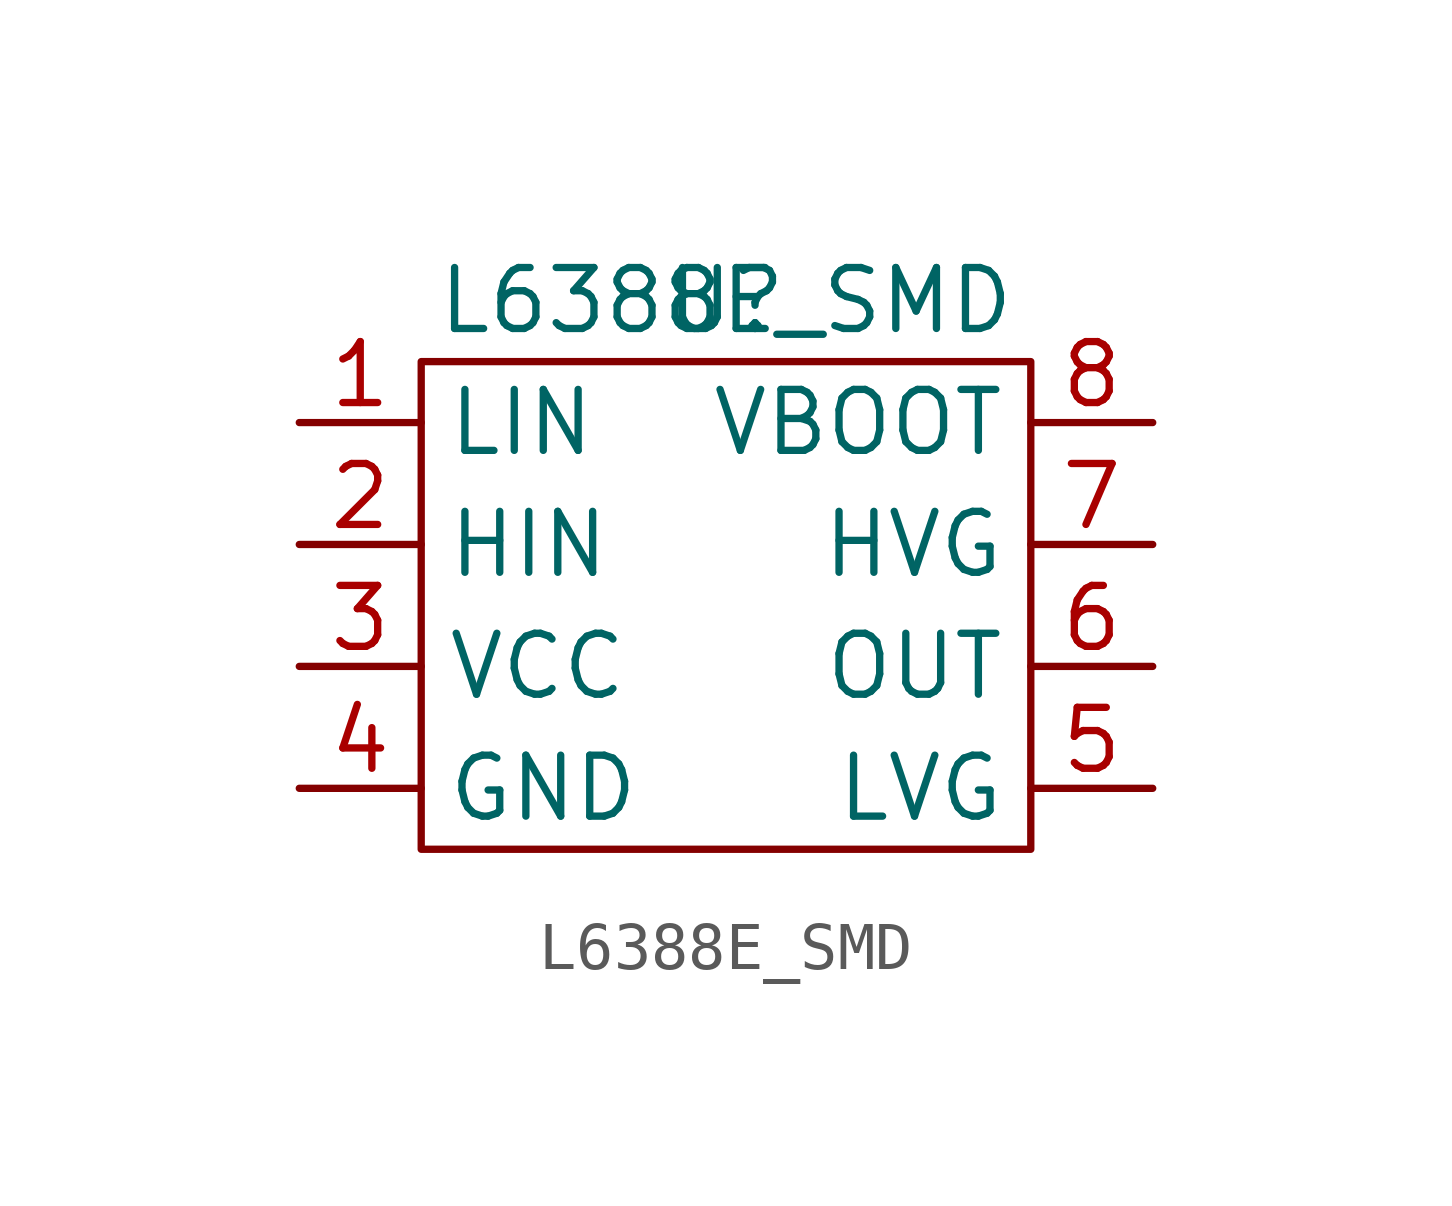
<source format=kicad_sym>
(kicad_symbol_lib
  (version 20241209)
  (generator "kicad_symbol_editor")
  (generator_version "9.0")
  (symbol "L6388E_SMD"
    (property "Reference" "U"
      (at 0 0 0)
      (effects (font (size 1.27 1.27))))
    (property "Value" "L6388E_SMD"
      (at 0 0 0)
      (effects (font (size 1.27 1.27))))
    (symbol "L6388E_SMD_0_1"
      (rectangle (start -6.35 -1.27) (end 6.35 -11.43) (stroke (width 0) (type default)) (fill (type none))))
    (symbol "L6388E_SMD_1_1"
      (pin input line (at -8.89 -2.54 0) (length 2.54) (name "LIN" (effects (font (size 1.27 1.27)))) (number "1" (effects (font (size 1.27 1.27)))))
      (pin input line (at -8.89 -5.08 0) (length 2.54) (name "HIN" (effects (font (size 1.27 1.27)))) (number "2" (effects (font (size 1.27 1.27)))))
      (pin input line (at -8.89 -7.62 0) (length 2.54) (name "VCC" (effects (font (size 1.27 1.27)))) (number "3" (effects (font (size 1.27 1.27)))))
      (pin input line (at -8.89 -10.16 0) (length 2.54) (name "GND" (effects (font (size 1.27 1.27)))) (number "4" (effects (font (size 1.27 1.27)))))
      (pin input line (at 8.89 -2.54 180) (length 2.54) (name "VBOOT" (effects (font (size 1.27 1.27)))) (number "8" (effects (font (size 1.27 1.27)))))
      (pin input line (at 8.89 -5.08 180) (length 2.54) (name "HVG" (effects (font (size 1.27 1.27)))) (number "7" (effects (font (size 1.27 1.27)))))
      (pin input line (at 8.89 -7.62 180) (length 2.54) (name "OUT" (effects (font (size 1.27 1.27)))) (number "6" (effects (font (size 1.27 1.27)))))
      (pin input line (at 8.89 -10.16 180) (length 2.54) (name "LVG" (effects (font (size 1.27 1.27)))) (number "5" (effects (font (size 1.27 1.27))))))))
</source>
